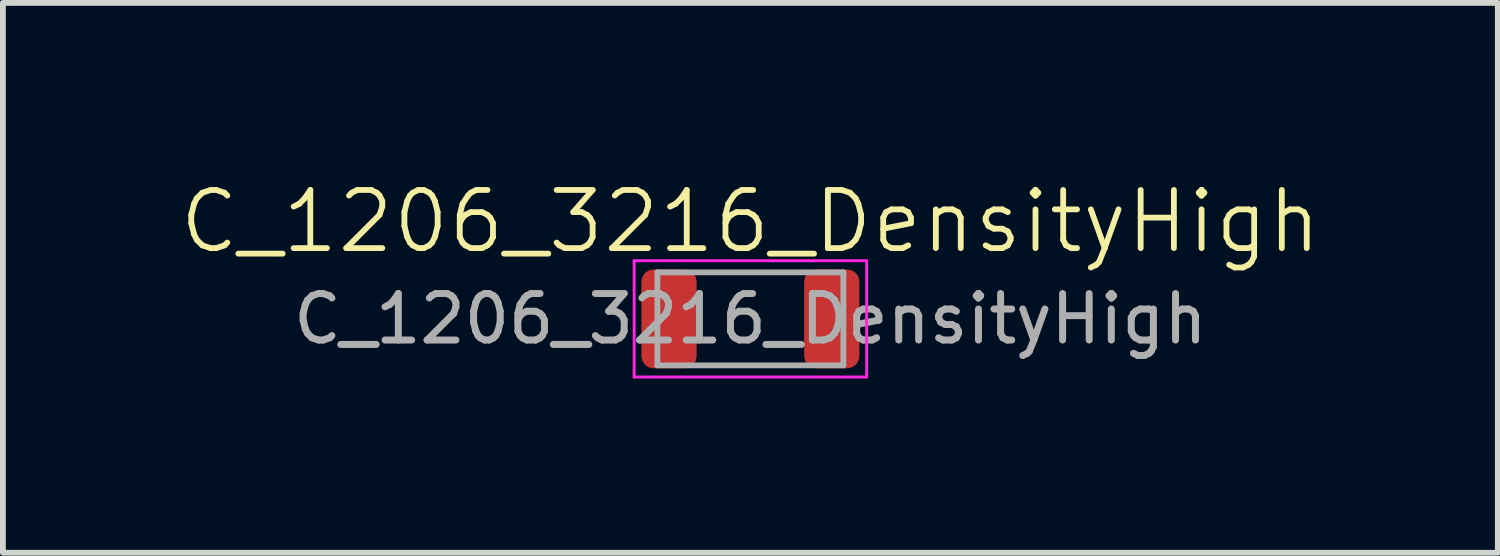
<source format=kicad_pcb>
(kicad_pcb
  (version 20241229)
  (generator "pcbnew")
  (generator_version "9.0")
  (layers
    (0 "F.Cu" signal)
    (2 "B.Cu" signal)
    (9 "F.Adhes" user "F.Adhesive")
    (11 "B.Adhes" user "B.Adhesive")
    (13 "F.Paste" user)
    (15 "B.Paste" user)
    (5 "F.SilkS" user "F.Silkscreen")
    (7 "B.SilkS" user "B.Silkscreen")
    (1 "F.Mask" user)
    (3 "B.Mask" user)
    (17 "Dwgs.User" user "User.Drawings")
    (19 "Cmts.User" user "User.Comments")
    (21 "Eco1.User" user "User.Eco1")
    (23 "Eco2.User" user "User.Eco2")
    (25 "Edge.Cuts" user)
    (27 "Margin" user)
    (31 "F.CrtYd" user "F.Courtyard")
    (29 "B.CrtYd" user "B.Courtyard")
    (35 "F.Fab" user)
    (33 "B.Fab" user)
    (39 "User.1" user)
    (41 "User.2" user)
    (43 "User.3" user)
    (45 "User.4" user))
  (footprint "C_1206_3216_DensityHigh"
    (layer "F.Cu")
    (at 9.86 2.436)
    (property "Reference" "C_1206_3216_DensityHigh" (at 0 -1.675 0) (unlocked yes) (layer "F.SilkS") (effects (font (size 1 1) (thickness 0.1))))
    (attr smd)
    (fp_line (start -2 -1) (end 2 -1) (stroke (width 0.05) (type solid)) (layer "F.CrtYd"))
    (fp_line (start -2 1) (end -2 -1) (stroke (width 0.05) (type solid)) (layer "F.CrtYd"))
    (fp_line (start 2 -1) (end 2 1) (stroke (width 0.05) (type solid)) (layer "F.CrtYd"))
    (fp_line (start 2 1) (end -2 1) (stroke (width 0.05) (type solid)) (layer "F.CrtYd"))
    (fp_line (start -1.6 -0.8) (end 1.6 -0.8) (stroke (width 0.1) (type solid)) (layer "F.Fab"))
    (fp_line (start -1.6 0.8) (end -1.6 -0.8) (stroke (width 0.1) (type solid)) (layer "F.Fab"))
    (fp_line (start 1.6 -0.8) (end 1.6 0.8) (stroke (width 0.1) (type solid)) (layer "F.Fab"))
    (fp_line (start 1.6 0.8) (end -1.6 0.8) (stroke (width 0.1) (type solid)) (layer "F.Fab"))
    (fp_text user "${REFERENCE}" (at 0 0 0) (layer "F.Fab") (effects (font (size 0.8 0.8) (thickness 0.12))))
    (pad "1" smd roundrect (at -1.4 0) (size 0.95 1.7) (layers "F.Cu" "F.Mask" "F.Paste") (roundrect_rratio 0.217))
    (pad "2" smd roundrect (at 1.4 0) (size 0.95 1.7) (layers "F.Cu" "F.Mask" "F.Paste") (roundrect_rratio 0.217)))
  (gr_rect
    (start -3 -3)
    (end 22.719 6.46)
    (stroke (width 0.1) (type default))
    (fill no)
    (layer "Edge.Cuts")))
</source>
